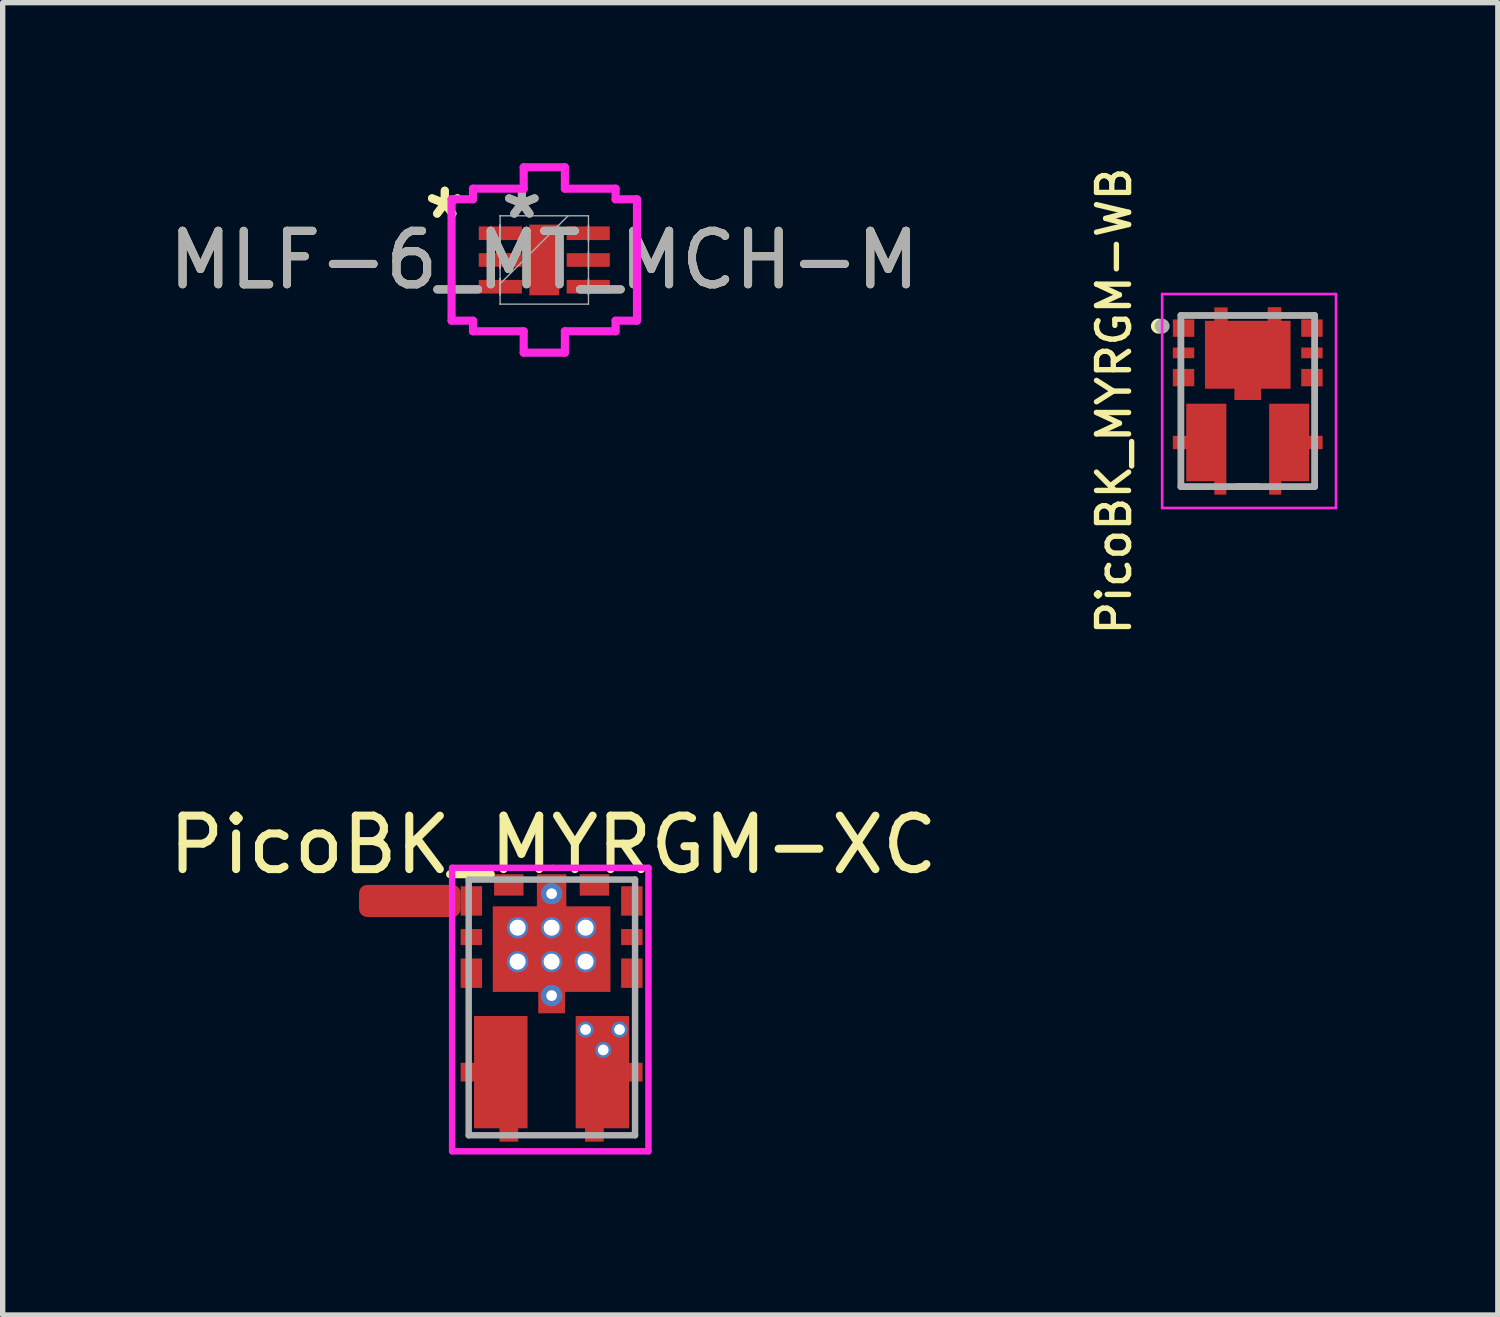
<source format=kicad_pcb>
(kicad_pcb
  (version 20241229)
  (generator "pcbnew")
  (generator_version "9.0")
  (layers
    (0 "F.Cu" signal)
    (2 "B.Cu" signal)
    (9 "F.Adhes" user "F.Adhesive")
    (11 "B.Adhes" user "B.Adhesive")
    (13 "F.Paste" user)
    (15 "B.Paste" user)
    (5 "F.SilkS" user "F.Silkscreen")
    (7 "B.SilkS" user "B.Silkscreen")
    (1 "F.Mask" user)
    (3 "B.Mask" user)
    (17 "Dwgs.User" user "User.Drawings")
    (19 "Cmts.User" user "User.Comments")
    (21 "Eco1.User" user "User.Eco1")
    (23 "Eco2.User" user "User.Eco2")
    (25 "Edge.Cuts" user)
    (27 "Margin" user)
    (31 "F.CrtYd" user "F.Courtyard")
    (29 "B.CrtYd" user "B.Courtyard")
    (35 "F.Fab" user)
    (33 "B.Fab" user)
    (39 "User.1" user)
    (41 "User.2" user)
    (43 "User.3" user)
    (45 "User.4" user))
  (footprint "MLF-6_MT_MCH-M"
    (layer "F.Cu")
    (at 7.125 1.81)
    (property "Reference" "MLF-6_MT_MCH-M" (at 0 0 0) (unlocked yes) (layer "F.SilkS") (effects (font (size 1 1) (thickness 0.15))))
    (attr smd)
    (fp_line (start -1.733 -1.135) (end -1.333 -1.135) (stroke (width 0.152) (type solid)) (layer "F.CrtYd"))
    (fp_line (start -1.733 1.135) (end -1.733 -1.135) (stroke (width 0.152) (type solid)) (layer "F.CrtYd"))
    (fp_line (start -1.333 -1.333) (end -0.385 -1.333) (stroke (width 0.152) (type solid)) (layer "F.CrtYd"))
    (fp_line (start -1.333 -1.135) (end -1.333 -1.333) (stroke (width 0.152) (type solid)) (layer "F.CrtYd"))
    (fp_line (start -1.333 1.135) (end -1.733 1.135) (stroke (width 0.152) (type solid)) (layer "F.CrtYd"))
    (fp_line (start -1.333 1.333) (end -1.333 1.135) (stroke (width 0.152) (type solid)) (layer "F.CrtYd"))
    (fp_line (start -0.385 -1.733) (end 0.385 -1.733) (stroke (width 0.152) (type solid)) (layer "F.CrtYd"))
    (fp_line (start -0.385 -1.333) (end -0.385 -1.733) (stroke (width 0.152) (type solid)) (layer "F.CrtYd"))
    (fp_line (start -0.385 1.333) (end -1.333 1.333) (stroke (width 0.152) (type solid)) (layer "F.CrtYd"))
    (fp_line (start -0.385 1.733) (end -0.385 1.333) (stroke (width 0.152) (type solid)) (layer "F.CrtYd"))
    (fp_line (start 0.385 -1.733) (end 0.385 -1.333) (stroke (width 0.152) (type solid)) (layer "F.CrtYd"))
    (fp_line (start 0.385 -1.333) (end 1.333 -1.333) (stroke (width 0.152) (type solid)) (layer "F.CrtYd"))
    (fp_line (start 0.385 1.333) (end 0.385 1.733) (stroke (width 0.152) (type solid)) (layer "F.CrtYd"))
    (fp_line (start 0.385 1.733) (end -0.385 1.733) (stroke (width 0.152) (type solid)) (layer "F.CrtYd"))
    (fp_line (start 1.333 -1.333) (end 1.333 -1.135) (stroke (width 0.152) (type solid)) (layer "F.CrtYd"))
    (fp_line (start 1.333 -1.135) (end 1.733 -1.135) (stroke (width 0.152) (type solid)) (layer "F.CrtYd"))
    (fp_line (start 1.333 1.135) (end 1.333 1.333) (stroke (width 0.152) (type solid)) (layer "F.CrtYd"))
    (fp_line (start 1.333 1.333) (end 0.385 1.333) (stroke (width 0.152) (type solid)) (layer "F.CrtYd"))
    (fp_line (start 1.733 -1.135) (end 1.733 1.135) (stroke (width 0.152) (type solid)) (layer "F.CrtYd"))
    (fp_line (start 1.733 1.135) (end 1.333 1.135) (stroke (width 0.152) (type solid)) (layer "F.CrtYd"))
    (fp_line (start -0.826 -0.826) (end -0.826 -0.826) (stroke (width 0.025) (type solid)) (layer "F.Fab"))
    (fp_line (start -0.826 -0.826) (end -0.826 0.826) (stroke (width 0.025) (type solid)) (layer "F.Fab"))
    (fp_line (start -0.826 -0.652) (end -0.826 -0.652) (stroke (width 0.025) (type solid)) (layer "F.Fab"))
    (fp_line (start -0.826 -0.652) (end -0.826 -0.348) (stroke (width 0.025) (type solid)) (layer "F.Fab"))
    (fp_line (start -0.826 -0.348) (end -0.826 -0.652) (stroke (width 0.025) (type solid)) (layer "F.Fab"))
    (fp_line (start -0.826 -0.348) (end -0.826 -0.348) (stroke (width 0.025) (type solid)) (layer "F.Fab"))
    (fp_line (start -0.826 -0.152) (end -0.826 -0.152) (stroke (width 0.025) (type solid)) (layer "F.Fab"))
    (fp_line (start -0.826 -0.152) (end -0.826 0.152) (stroke (width 0.025) (type solid)) (layer "F.Fab"))
    (fp_line (start -0.826 0.152) (end -0.826 -0.152) (stroke (width 0.025) (type solid)) (layer "F.Fab"))
    (fp_line (start -0.826 0.152) (end -0.826 0.152) (stroke (width 0.025) (type solid)) (layer "F.Fab"))
    (fp_line (start -0.826 0.348) (end -0.826 0.348) (stroke (width 0.025) (type solid)) (layer "F.Fab"))
    (fp_line (start -0.826 0.348) (end -0.826 0.652) (stroke (width 0.025) (type solid)) (layer "F.Fab"))
    (fp_line (start -0.826 0.445) (end 0.445 -0.826) (stroke (width 0.025) (type solid)) (layer "F.Fab"))
    (fp_line (start -0.826 0.652) (end -0.826 0.348) (stroke (width 0.025) (type solid)) (layer "F.Fab"))
    (fp_line (start -0.826 0.652) (end -0.826 0.652) (stroke (width 0.025) (type solid)) (layer "F.Fab"))
    (fp_line (start -0.826 0.826) (end -0.826 0.826) (stroke (width 0.025) (type solid)) (layer "F.Fab"))
    (fp_line (start -0.826 0.826) (end 0.826 0.826) (stroke (width 0.025) (type solid)) (layer "F.Fab"))
    (fp_line (start 0.826 -0.826) (end -0.826 -0.826) (stroke (width 0.025) (type solid)) (layer "F.Fab"))
    (fp_line (start 0.826 -0.826) (end 0.826 -0.826) (stroke (width 0.025) (type solid)) (layer "F.Fab"))
    (fp_line (start 0.826 -0.652) (end 0.826 -0.652) (stroke (width 0.025) (type solid)) (layer "F.Fab"))
    (fp_line (start 0.826 -0.652) (end 0.826 -0.348) (stroke (width 0.025) (type solid)) (layer "F.Fab"))
    (fp_line (start 0.826 -0.348) (end 0.826 -0.652) (stroke (width 0.025) (type solid)) (layer "F.Fab"))
    (fp_line (start 0.826 -0.348) (end 0.826 -0.348) (stroke (width 0.025) (type solid)) (layer "F.Fab"))
    (fp_line (start 0.826 -0.152) (end 0.826 -0.152) (stroke (width 0.025) (type solid)) (layer "F.Fab"))
    (fp_line (start 0.826 -0.152) (end 0.826 0.152) (stroke (width 0.025) (type solid)) (layer "F.Fab"))
    (fp_line (start 0.826 0.152) (end 0.826 -0.152) (stroke (width 0.025) (type solid)) (layer "F.Fab"))
    (fp_line (start 0.826 0.152) (end 0.826 0.152) (stroke (width 0.025) (type solid)) (layer "F.Fab"))
    (fp_line (start 0.826 0.348) (end 0.826 0.348) (stroke (width 0.025) (type solid)) (layer "F.Fab"))
    (fp_line (start 0.826 0.348) (end 0.826 0.652) (stroke (width 0.025) (type solid)) (layer "F.Fab"))
    (fp_line (start 0.826 0.652) (end 0.826 0.348) (stroke (width 0.025) (type solid)) (layer "F.Fab"))
    (fp_line (start 0.826 0.652) (end 0.826 0.652) (stroke (width 0.025) (type solid)) (layer "F.Fab"))
    (fp_line (start 0.826 0.826) (end 0.826 -0.826) (stroke (width 0.025) (type solid)) (layer "F.Fab"))
    (fp_line (start 0.826 0.826) (end 0.826 0.826) (stroke (width 0.025) (type solid)) (layer "F.Fab"))
    (fp_text user "*" (at -1.86 -0.75 0) (layer "F.SilkS") (effects (font (size 1 1) (thickness 0.15))))
    (fp_text user "*" (at -1.86 -0.75 0) (unlocked yes) (layer "F.SilkS") (effects (font (size 1 1) (thickness 0.15))))
    (fp_text user "*" (at -0.419 -0.75 0) (layer "F.Fab") (effects (font (size 1 1) (thickness 0.15))))
    (fp_text user "${REFERENCE}" (at 0 0 0) (unlocked yes) (layer "F.Fab") (effects (font (size 1 1) (thickness 0.15))))
    (fp_text user "*" (at -0.419 -0.75 0) (unlocked yes) (layer "F.Fab") (effects (font (size 1 1) (thickness 0.15))))
    (pad "1" smd rect (at -0.822 -0.5 90) (size 0.255 0.806) (layers "F.Cu" "F.Mask" "F.Paste"))
    (pad "2" smd rect (at -0.822 0 90) (size 0.255 0.806) (layers "F.Cu" "F.Mask" "F.Paste"))
    (pad "3" smd rect (at -0.822 0.5 90) (size 0.255 0.806) (layers "F.Cu" "F.Mask" "F.Paste"))
    (pad "4" smd rect (at 0.822 0.5 90) (size 0.255 0.806) (layers "F.Cu" "F.Mask" "F.Paste"))
    (pad "5" smd rect (at 0.822 0 90) (size 0.255 0.806) (layers "F.Cu" "F.Mask" "F.Paste"))
    (pad "6" smd rect (at 0.822 -0.5 90) (size 0.255 0.806) (layers "F.Cu" "F.Mask" "F.Paste"))
    (pad "7" smd rect (at 0 0) (size 0.559 1.321) (layers "F.Cu" "F.Mask" "F.Paste")))
  (footprint "PicoBK_MYRGM-XC"
    (layer "F.Cu")
    (at 7.262 15.943)
    (property "Reference" "PicoBK_MYRGM-XC" (at 0.03 -3.2 0) (layer "F.SilkS") (effects (font (size 1 1) (thickness 0.15))))
    (attr through_hole)
    (fp_poly (pts (xy 0.21 -1.98) (xy 1 -1.98) (xy 1 -1.19) (xy -1 -1.19) (xy -1 -1.98) (xy -0.21 -1.98) (xy -0.21 -2.59) (xy 0.21 -2.59)) (stroke (width 0.1) (type solid)) (fill yes) (layer "F.Paste"))
    (fp_poly (pts (xy -0.52 2.03) (xy -0.7 2.03) (xy -0.7 2.29) (xy -0.91 2.29) (xy -0.91 2.03) (xy -1.38 2.03) (xy -1.38 1.16) (xy -1.64 1.16) (xy -1.64 0.94) (xy -0.52 0.94)) (stroke (width 0.1) (type solid)) (fill yes) (layer "F.Paste"))
    (fp_poly (pts (xy 0.52 2.03) (xy 0.7 2.03) (xy 0.7 2.29) (xy 0.91 2.29) (xy 0.91 2.03) (xy 1.38 2.03) (xy 1.38 1.16) (xy 1.64 1.16) (xy 1.64 0.94) (xy 0.52 0.94)) (stroke (width 0.1) (type solid)) (fill yes) (layer "F.Paste"))
    (fp_line (start -1.86 -2.77) (end 0.02 -2.77) (stroke (width 0.12) (type solid)) (layer "F.CrtYd"))
    (fp_line (start -1.86 2.53) (end -1.86 -2.77) (stroke (width 0.12) (type solid)) (layer "F.CrtYd"))
    (fp_line (start 0.02 -2.77) (end 1.81 -2.77) (stroke (width 0.12) (type solid)) (layer "F.CrtYd"))
    (fp_line (start 1.81 -2.77) (end 1.81 2.53) (stroke (width 0.12) (type solid)) (layer "F.CrtYd"))
    (fp_line (start 1.81 2.53) (end -1.86 2.53) (stroke (width 0.12) (type solid)) (layer "F.CrtYd"))
    (fp_line (start -1.55 -2.55) (end 1.56 -2.55) (stroke (width 0.12) (type solid)) (layer "F.Fab"))
    (fp_line (start -1.55 2.23) (end -1.55 -2.55) (stroke (width 0.12) (type solid)) (layer "F.Fab"))
    (fp_line (start 1.56 -2.55) (end 1.56 2.23) (stroke (width 0.12) (type solid)) (layer "F.Fab"))
    (fp_line (start 1.56 2.23) (end -1.55 2.23) (stroke (width 0.12) (type solid)) (layer "F.Fab"))
    (pad "1" smd roundrect (at -2.65 -2.15) (size 1.9 0.6) (layers "F.Cu") (roundrect_rratio 0.25))
    (pad "1" smd custom (at -1.5 -2.15 180) (size 0.4 0.55) (layers "F.Cu" "F.Mask" "F.Paste") (options (anchor rect)) (primitives))
    (pad "2" smd custom (at -1.5 -1.475 180) (size 0.4 0.3) (layers "F.Cu" "F.Mask" "F.Paste") (options (anchor rect)) (primitives))
    (pad "3" smd custom (at -1.5 -0.8 180) (size 0.4 0.55) (layers "F.Cu" "F.Mask" "F.Paste") (options (anchor rect)) (primitives))
    (pad "4" smd custom (at 1.5 -0.8 180) (size 0.4 0.55) (layers "F.Cu" "F.Mask" "F.Paste") (options (anchor rect)) (primitives))
    (pad "5" smd custom (at 1.5 -1.475 180) (size 0.4 0.3) (layers "F.Cu" "F.Mask" "F.Paste") (options (anchor rect)) (primitives))
    (pad "6" smd custom (at 1.5 -2.15 180) (size 0.4 0.55) (layers "F.Cu" "F.Mask" "F.Paste") (options (anchor rect)) (primitives))
    (pad "7" smd custom (at 0.8 -2.45 180) (size 0.55 0.4) (layers "F.Cu" "F.Mask" "F.Paste") (options (anchor rect)) (primitives))
    (pad "8" thru_hole circle (at -0.635 -1.651) (size 0.4 0.4) (drill 0.3) (layers "*.Cu" "*.Mask"))
    (pad "8" thru_hole circle (at -0.635 -1.016) (size 0.4 0.4) (drill 0.3) (layers "*.Cu" "*.Mask"))
    (pad "8" smd custom (at 0 -2.35 180) (size 0.55 0.6) (layers "F.Cu" "F.Mask") (options (anchor rect)) (primitives (gr_poly (pts (xy 0.25 -1.9) (xy 1.1 -1.9) (xy 1.1 -0.3) (xy -1.1 -0.3) (xy -1.1 -1.9) (xy -0.25 -1.9) (xy -0.25 -2.3) (xy 0.25 -2.3)) (width 0) (fill yes))))
    (pad "8" thru_hole circle (at 0 -2.286) (size 0.4 0.4) (drill 0.2) (layers "*.Cu" "*.Mask"))
    (pad "8" thru_hole circle (at 0 -1.651) (size 0.4 0.4) (drill 0.3) (layers "*.Cu" "*.Mask"))
    (pad "8" thru_hole circle (at 0 -1.016) (size 0.4 0.4) (drill 0.3) (layers "*.Cu" "*.Mask"))
    (pad "8" thru_hole circle (at 0 -0.381) (size 0.4 0.4) (drill 0.2) (layers "*.Cu" "*.Mask"))
    (pad "8" thru_hole circle (at 0.635 -1.651) (size 0.4 0.4) (drill 0.3) (layers "*.Cu" "*.Mask"))
    (pad "8" thru_hole circle (at 0.635 -1.016) (size 0.4 0.4) (drill 0.3) (layers "*.Cu" "*.Mask"))
    (pad "9" smd custom (at -0.8 -2.45 180) (size 0.55 0.4) (layers "F.Cu" "F.Mask" "F.Paste") (options (anchor rect)) (primitives))
    (pad "10" smd custom (at -1.575 1.05 180) (size 0.25 0.35) (layers "F.Cu" "F.Mask") (options (anchor rect)) (primitives (gr_poly (pts (xy -0.6 -1.05) (xy -0.125 -1.05) (xy -0.125 1.05) (xy -1.125 1.05) (xy -1.125 -1.05) (xy -0.95 -1.05) (xy -0.95 -1.3) (xy -0.6 -1.3)) (width 0) (fill yes))))
    (pad "11" thru_hole circle (at 0.635 0.254) (size 0.3 0.3) (drill 0.2) (layers "*.Cu" "*.Mask"))
    (pad "11" thru_hole circle (at 0.965 0.635) (size 0.3 0.3) (drill 0.2) (layers "*.Cu" "*.Mask"))
    (pad "11" thru_hole circle (at 1.27 0.254) (size 0.3 0.3) (drill 0.2) (layers "*.Cu" "*.Mask"))
    (pad "11" smd custom (at 1.575 1.05 180) (size 0.25 0.35) (layers "F.Cu" "F.Mask") (options (anchor rect)) (primitives (gr_poly (pts (xy 0.95 -1.05) (xy 1.125 -1.05) (xy 1.125 1.05) (xy 0.125 1.05) (xy 0.125 -1.05) (xy 0.6 -1.05) (xy 0.6 -1.3) (xy 0.95 -1.3)) (width 0) (fill yes)))))
  (footprint "PicoBK_MYRGM-WB"
    (layer "F.Cu")
    (at 20.276 4.447)
    (property "Reference" "PicoBK_MYRGM-WB" (at -2.5 0 270) (layer "F.SilkS") (effects (font (size 0.6 0.6) (thickness 0.1))))
    (attr through_hole)
    (fp_poly (pts (xy -0.3 1.85) (xy -0.725 1.85) (xy -0.725 1.6) (xy -1.25 1.6) (xy -1.25 1) (xy -1.5 1) (xy -1.5 0.55) (xy -1.25 0.55) (xy -1.25 -0.05) (xy -0.3 -0.05)) (stroke (width 0) (type solid)) (fill yes) (layer "F.Mask"))
    (fp_poly (pts (xy 1.5 1) (xy 1.25 1) (xy 1.25 1.6) (xy 0.725 1.6) (xy 0.725 1.85) (xy 0.3 1.85) (xy 0.3 -0.05) (xy 1.25 -0.05) (xy 1.25 0.55) (xy 1.5 0.55)) (stroke (width 0) (type solid)) (fill yes) (layer "F.Mask"))
    (fp_poly (pts (xy 0.35 0.075) (xy -0.35 0.075) (xy -0.35 -0.125) (xy -0.8 -0.125) (xy -0.8 -1.6) (xy -0.725 -1.6) (xy -0.725 -1.85) (xy -0.275 -1.85) (xy -0.275 -1.6) (xy 0.275 -1.6) (xy 0.275 -1.85) (xy 0.725 -1.85) (xy 0.725 -1.6) (xy 0.8 -1.6) (xy 0.8 -0.125) (xy 0.35 -0.125)) (stroke (width 0) (type solid)) (fill yes) (layer "F.Mask"))
    (fp_circle (center -1.67 -1.4) (end -1.6 -1.4) (stroke (width 0.14) (type solid)) (fill no) (layer "F.SilkS"))
    (fp_poly (pts (xy -1.353 -1.475) (xy -1.05 -1.475) (xy -1.05 -1.253) (xy -1.353 -1.253)) (stroke (width 0.01) (type solid)) (fill yes) (layer "F.Paste"))
    (fp_poly (pts (xy -1.351 -1) (xy -1.05 -1) (xy -1.05 -0.801) (xy -1.351 -0.801)) (stroke (width 0.01) (type solid)) (fill yes) (layer "F.Paste"))
    (fp_poly (pts (xy -1.351 -0.55) (xy -1.05 -0.55) (xy -1.05 -0.325) (xy -1.351 -0.325)) (stroke (width 0.01) (type solid)) (fill yes) (layer "F.Paste"))
    (fp_poly (pts (xy 1.051 -1) (xy 1.35 -1) (xy 1.35 -0.801) (xy 1.051 -0.801)) (stroke (width 0.01) (type solid)) (fill yes) (layer "F.Paste"))
    (fp_poly (pts (xy 1.052 -1.475) (xy 1.35 -1.475) (xy 1.35 -1.253) (xy 1.052 -1.253)) (stroke (width 0.01) (type solid)) (fill yes) (layer "F.Paste"))
    (fp_poly (pts (xy 1.052 -0.55) (xy 1.35 -0.55) (xy 1.35 -0.326) (xy 1.052 -0.326)) (stroke (width 0.01) (type solid)) (fill yes) (layer "F.Paste"))
    (fp_poly (pts (xy -0.425 1.7) (xy -0.425 0.675) (xy -1.35 0.675) (xy -1.35 0.875) (xy -1.05 0.875) (xy -1.05 1.4) (xy -0.6 1.4) (xy -0.6 1.7)) (stroke (width 0) (type solid)) (fill yes) (layer "F.Paste"))
    (fp_poly (pts (xy 0.425 1.7) (xy 0.425 0.675) (xy 1.35 0.675) (xy 1.35 0.875) (xy 1.05 0.875) (xy 1.05 1.4) (xy 0.6 1.4) (xy 0.6 1.7)) (stroke (width 0) (type solid)) (fill yes) (layer "F.Paste"))
    (fp_poly (pts (xy 0.7 -0.8) (xy -0.7 -0.8) (xy -0.7 -1.4) (xy -0.6 -1.4) (xy -0.6 -1.7) (xy -0.4 -1.7) (xy -0.4 -1.4) (xy 0.4 -1.4) (xy 0.4 -1.7) (xy 0.6 -1.7) (xy 0.6 -1.4) (xy 0.7 -1.4)) (stroke (width 0) (type solid)) (fill yes) (layer "F.Paste"))
    (fp_line (start -1.6 -2) (end 1.65 -2) (stroke (width 0.05) (type solid)) (layer "F.CrtYd"))
    (fp_line (start -1.6 2) (end -1.6 -2) (stroke (width 0.05) (type solid)) (layer "F.CrtYd"))
    (fp_line (start 1.65 -2) (end 1.65 2) (stroke (width 0.05) (type solid)) (layer "F.CrtYd"))
    (fp_line (start 1.65 2) (end -1.6 2) (stroke (width 0.05) (type solid)) (layer "F.CrtYd"))
    (fp_line (start -1.25 -1.6) (end -1.25 1.6) (stroke (width 0.127) (type solid)) (layer "F.Fab"))
    (fp_line (start -1.25 1.6) (end 1.25 1.6) (stroke (width 0.127) (type solid)) (layer "F.Fab"))
    (fp_line (start -0.2 1.6) (end 0.2 1.6) (stroke (width 0.127) (type solid)) (layer "F.Fab"))
    (fp_line (start 1.25 -1.6) (end -1.25 -1.6) (stroke (width 0.127) (type solid)) (layer "F.Fab"))
    (fp_line (start 1.25 1.6) (end 1.25 -1.6) (stroke (width 0.127) (type solid)) (layer "F.Fab"))
    (fp_circle (center -1.6 -1.4) (end -1.53 -1.4) (stroke (width 0.14) (type solid)) (fill no) (layer "F.Fab"))
    (pad "1" smd rect (at -1.2 -1.363) (size 0.4 0.325) (layers "F.Cu" "F.Mask"))
    (pad "2" smd rect (at -1.2 -0.9) (size 0.4 0.2) (layers "F.Cu" "F.Mask"))
    (pad "3" smd rect (at -1.2 -0.438) (size 0.4 0.325) (layers "F.Cu" "F.Mask"))
    (pad "4" smd rect (at 1.2 -0.438) (size 0.4 0.325) (layers "F.Cu" "F.Mask"))
    (pad "5" smd rect (at 1.2 -0.9) (size 0.4 0.2) (layers "F.Cu" "F.Mask"))
    (pad "6" smd rect (at 1.2 -1.363) (size 0.4 0.325) (layers "F.Cu" "F.Mask"))
    (pad "7" smd custom (at -0.5 -1.625) (size 0.25 0.25) (layers "F.Cu") (options (anchor rect)) (primitives (gr_poly (pts (xy -0.125 -0.125) (xy 0.125 -0.125) (xy 0.125 0.125) (xy 0.875 0.125) (xy 0.875 -0.125) (xy 1.125 -0.125) (xy 1.125 0.125) (xy 1.3 0.125) (xy 1.3 1.395) (xy 0.75 1.395) (xy 0.75 1.605) (xy 0.25 1.605) (xy 0.25 1.395) (xy -0.3 1.395) (xy -0.3 0.125) (xy -0.125 0.125)) (width 0) (fill yes))))
    (pad "7" smd rect (at 0.5 -1.625) (size 0.25 0.25) (layers "F.Cu"))
    (pad "8" smd custom (at -1.275 0.775) (size 0.25 0.25) (layers "F.Cu" "F.Mask") (options (anchor rect)) (primitives (gr_poly (pts (xy -0.125 -0.125) (xy 0.125 -0.125) (xy 0.125 -0.725) (xy 0.875 -0.725) (xy 0.875 0.975) (xy 0.65 0.975) (xy 0.65 0.725) (xy 0.125 0.725) (xy 0.125 0.125) (xy -0.125 0.125)) (width 0) (fill yes))))
    (pad "9" smd custom (at 1.275 0.775) (size 0.25 0.25) (layers "F.Cu" "F.Mask") (options (anchor rect)) (primitives (gr_poly (pts (xy 0.125 -0.125) (xy -0.125 -0.125) (xy -0.125 -0.725) (xy -0.875 -0.725) (xy -0.875 0.975) (xy -0.65 0.975) (xy -0.65 0.725) (xy -0.125 0.725) (xy -0.125 0.125) (xy 0.125 0.125)) (width 0) (fill yes)))))
  (gr_rect
    (start -3 -3)
    (end 24.951 21.533)
    (stroke (width 0.1) (type default))
    (fill no)
    (layer "Edge.Cuts")))
</source>
